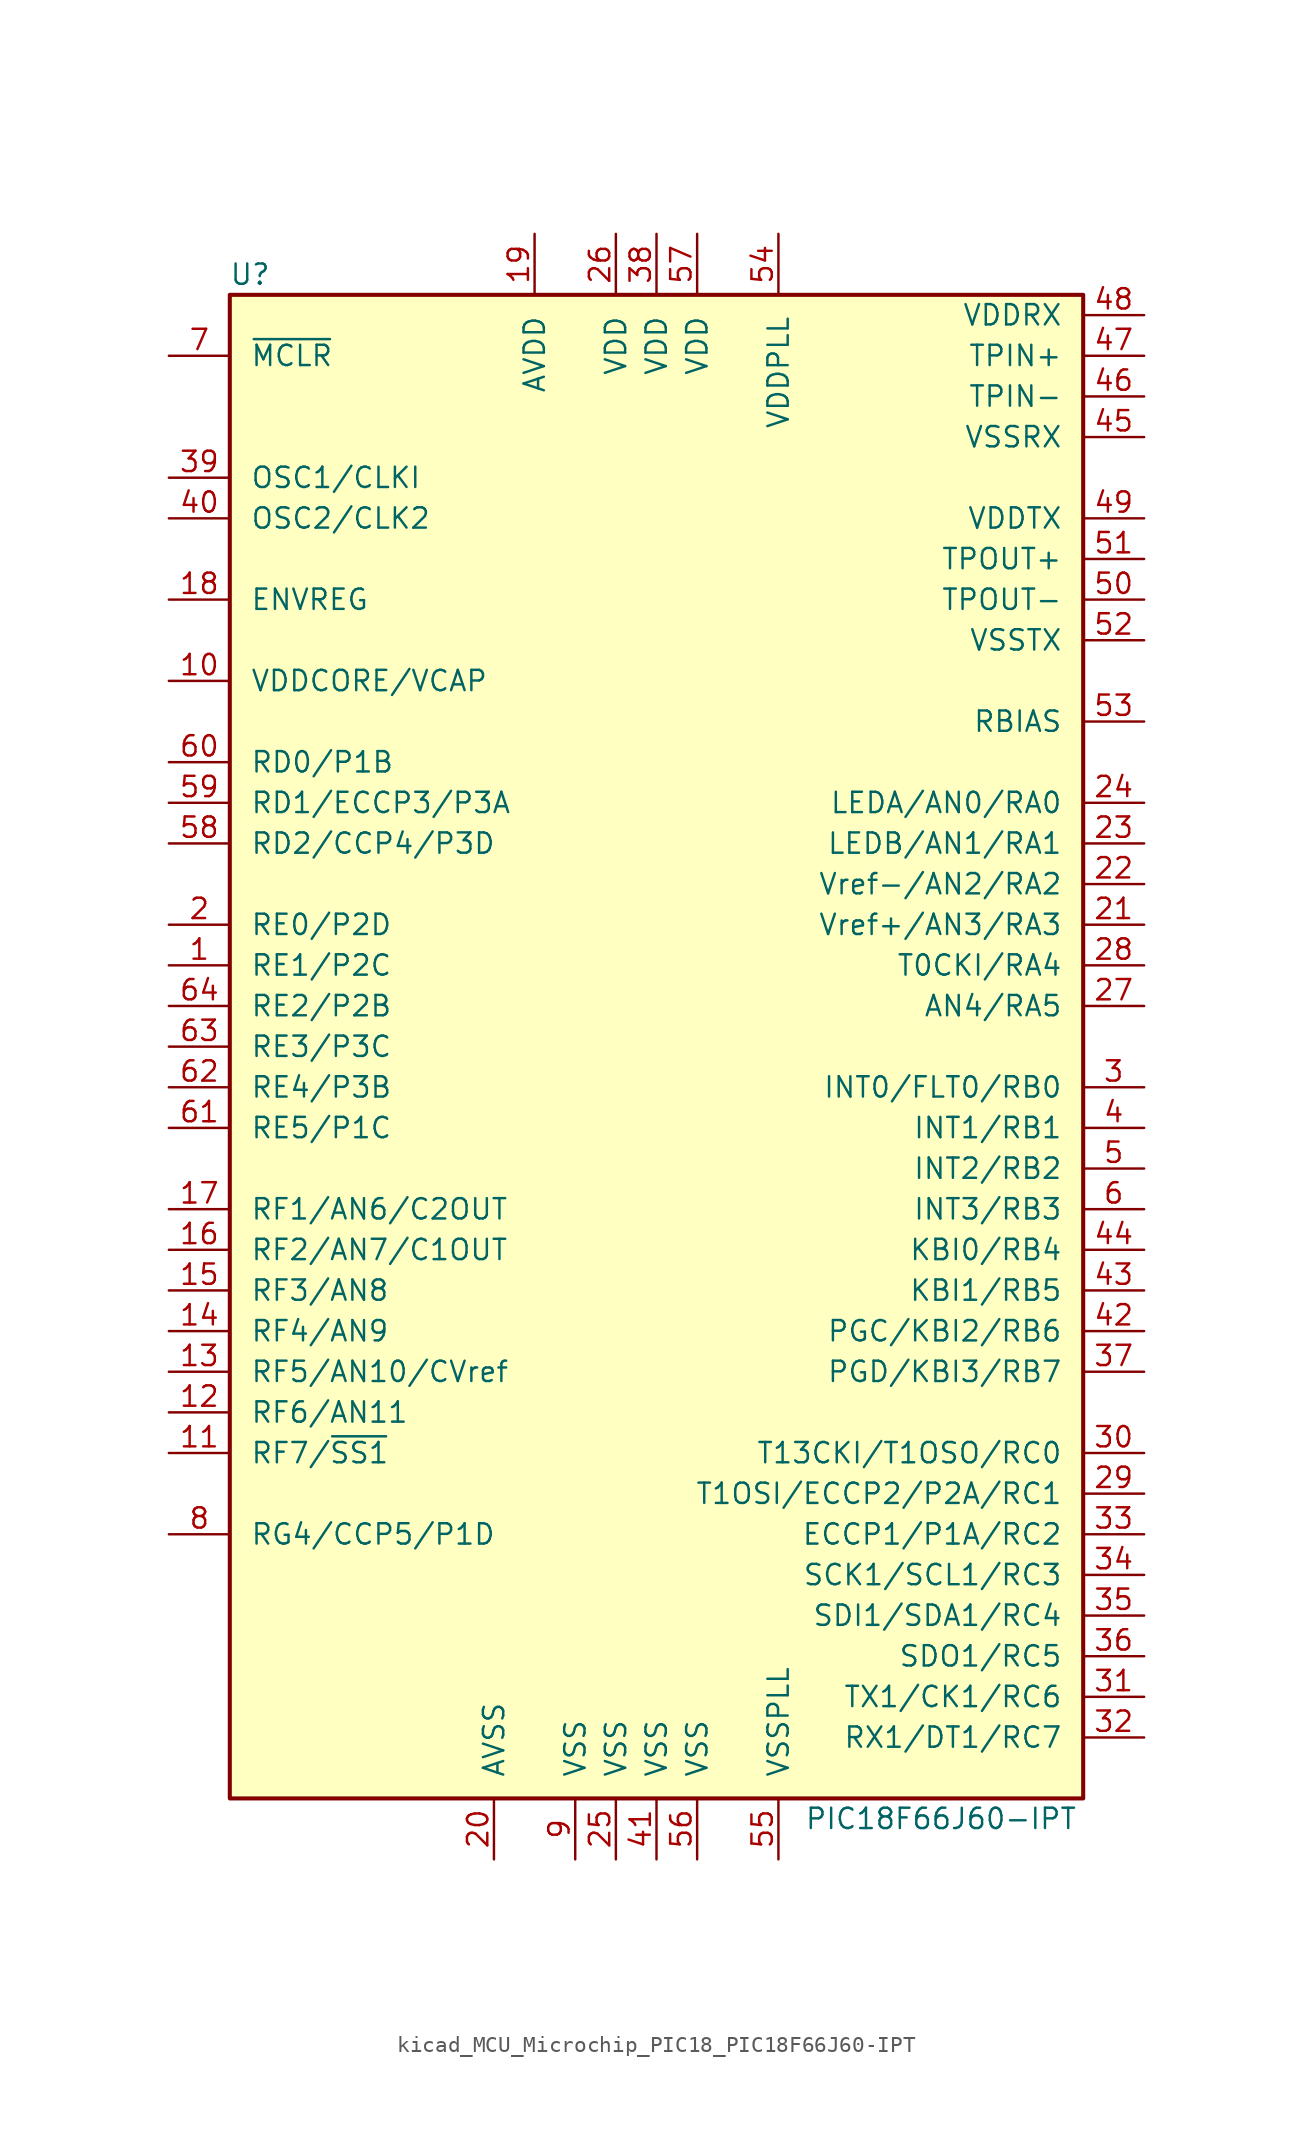
<source format=kicad_sym>
(kicad_symbol_lib
  (version 20220914)
  (generator kicad_symbol_editor)
  (symbol "kicad_MCU_Microchip_PIC18_PIC18F66J60-IPT"
    (pin_names
      (offset 1.27))
    (property "Reference" "U"
      (at -25.4 48.26 0)
      (effects (font (size 1.27 1.27))))
    (property "Value" "PIC18F66J60-IPT"
      (at 17.78 -48.26 0)
      (effects (font (size 1.27 1.27))))
    (symbol "kicad_MCU_Microchip_PIC18_PIC18F66J60-IPT_0_1"
      (rectangle (start -26.67 46.99) (end 26.67 -46.99) (stroke (width 0.254) (type default)) (fill (type background))))
    (symbol "kicad_MCU_Microchip_PIC18_PIC18F66J60-IPT_1_1"
      (pin bidirectional line (at -30.48 5.08 0) (length 3.81) (name "RE1/P2C" (effects (font (size 1.27 1.27)))) (number "1" (effects (font (size 1.27 1.27)))))
      (pin passive line (at -30.48 22.86 0) (length 3.81) (name "VDDCORE/VCAP" (effects (font (size 1.27 1.27)))) (number "10" (effects (font (size 1.27 1.27)))))
      (pin bidirectional line (at -30.48 -25.4 0) (length 3.81) (name "RF7/~{SS1}" (effects (font (size 1.27 1.27)))) (number "11" (effects (font (size 1.27 1.27)))))
      (pin bidirectional line (at -30.48 -22.86 0) (length 3.81) (name "RF6/AN11" (effects (font (size 1.27 1.27)))) (number "12" (effects (font (size 1.27 1.27)))))
      (pin bidirectional line (at -30.48 -20.32 0) (length 3.81) (name "RF5/AN10/CVref" (effects (font (size 1.27 1.27)))) (number "13" (effects (font (size 1.27 1.27)))))
      (pin bidirectional line (at -30.48 -17.78 0) (length 3.81) (name "RF4/AN9" (effects (font (size 1.27 1.27)))) (number "14" (effects (font (size 1.27 1.27)))))
      (pin bidirectional line (at -30.48 -15.24 0) (length 3.81) (name "RF3/AN8" (effects (font (size 1.27 1.27)))) (number "15" (effects (font (size 1.27 1.27)))))
      (pin bidirectional line (at -30.48 -12.7 0) (length 3.81) (name "RF2/AN7/C1OUT" (effects (font (size 1.27 1.27)))) (number "16" (effects (font (size 1.27 1.27)))))
      (pin bidirectional line (at -30.48 -10.16 0) (length 3.81) (name "RF1/AN6/C2OUT" (effects (font (size 1.27 1.27)))) (number "17" (effects (font (size 1.27 1.27)))))
      (pin passive line (at -30.48 27.94 0) (length 3.81) (name "ENVREG" (effects (font (size 1.27 1.27)))) (number "18" (effects (font (size 1.27 1.27)))))
      (pin power_in line (at -7.62 50.8 270) (length 3.81) (name "AVDD" (effects (font (size 1.27 1.27)))) (number "19" (effects (font (size 1.27 1.27)))))
      (pin bidirectional line (at -30.48 7.62 0) (length 3.81) (name "RE0/P2D" (effects (font (size 1.27 1.27)))) (number "2" (effects (font (size 1.27 1.27)))))
      (pin power_in line (at -10.16 -50.8 90) (length 3.81) (name "AVSS" (effects (font (size 1.27 1.27)))) (number "20" (effects (font (size 1.27 1.27)))))
      (pin bidirectional line (at 30.48 7.62 180) (length 3.81) (name "Vref+/AN3/RA3" (effects (font (size 1.27 1.27)))) (number "21" (effects (font (size 1.27 1.27)))))
      (pin bidirectional line (at 30.48 10.16 180) (length 3.81) (name "Vref-/AN2/RA2" (effects (font (size 1.27 1.27)))) (number "22" (effects (font (size 1.27 1.27)))))
      (pin bidirectional line (at 30.48 12.7 180) (length 3.81) (name "LEDB/AN1/RA1" (effects (font (size 1.27 1.27)))) (number "23" (effects (font (size 1.27 1.27)))))
      (pin bidirectional line (at 30.48 15.24 180) (length 3.81) (name "LEDA/AN0/RA0" (effects (font (size 1.27 1.27)))) (number "24" (effects (font (size 1.27 1.27)))))
      (pin power_in line (at -2.54 -50.8 90) (length 3.81) (name "VSS" (effects (font (size 1.27 1.27)))) (number "25" (effects (font (size 1.27 1.27)))))
      (pin power_in line (at -2.54 50.8 270) (length 3.81) (name "VDD" (effects (font (size 1.27 1.27)))) (number "26" (effects (font (size 1.27 1.27)))))
      (pin bidirectional line (at 30.48 2.54 180) (length 3.81) (name "AN4/RA5" (effects (font (size 1.27 1.27)))) (number "27" (effects (font (size 1.27 1.27)))))
      (pin bidirectional line (at 30.48 5.08 180) (length 3.81) (name "T0CKI/RA4" (effects (font (size 1.27 1.27)))) (number "28" (effects (font (size 1.27 1.27)))))
      (pin bidirectional line (at 30.48 -27.94 180) (length 3.81) (name "T1OSI/ECCP2/P2A/RC1" (effects (font (size 1.27 1.27)))) (number "29" (effects (font (size 1.27 1.27)))))
      (pin bidirectional line (at 30.48 -2.54 180) (length 3.81) (name "INT0/FLT0/RB0" (effects (font (size 1.27 1.27)))) (number "3" (effects (font (size 1.27 1.27)))))
      (pin bidirectional line (at 30.48 -25.4 180) (length 3.81) (name "T13CKI/T1OSO/RC0" (effects (font (size 1.27 1.27)))) (number "30" (effects (font (size 1.27 1.27)))))
      (pin bidirectional line (at 30.48 -40.64 180) (length 3.81) (name "TX1/CK1/RC6" (effects (font (size 1.27 1.27)))) (number "31" (effects (font (size 1.27 1.27)))))
      (pin bidirectional line (at 30.48 -43.18 180) (length 3.81) (name "RX1/DT1/RC7" (effects (font (size 1.27 1.27)))) (number "32" (effects (font (size 1.27 1.27)))))
      (pin bidirectional line (at 30.48 -30.48 180) (length 3.81) (name "ECCP1/P1A/RC2" (effects (font (size 1.27 1.27)))) (number "33" (effects (font (size 1.27 1.27)))))
      (pin bidirectional line (at 30.48 -33.02 180) (length 3.81) (name "SCK1/SCL1/RC3" (effects (font (size 1.27 1.27)))) (number "34" (effects (font (size 1.27 1.27)))))
      (pin bidirectional line (at 30.48 -35.56 180) (length 3.81) (name "SDI1/SDA1/RC4" (effects (font (size 1.27 1.27)))) (number "35" (effects (font (size 1.27 1.27)))))
      (pin bidirectional line (at 30.48 -38.1 180) (length 3.81) (name "SDO1/RC5" (effects (font (size 1.27 1.27)))) (number "36" (effects (font (size 1.27 1.27)))))
      (pin bidirectional line (at 30.48 -20.32 180) (length 3.81) (name "PGD/KBI3/RB7" (effects (font (size 1.27 1.27)))) (number "37" (effects (font (size 1.27 1.27)))))
      (pin power_in line (at 0 50.8 270) (length 3.81) (name "VDD" (effects (font (size 1.27 1.27)))) (number "38" (effects (font (size 1.27 1.27)))))
      (pin input line (at -30.48 35.56 0) (length 3.81) (name "OSC1/CLKI" (effects (font (size 1.27 1.27)))) (number "39" (effects (font (size 1.27 1.27)))))
      (pin bidirectional line (at 30.48 -5.08 180) (length 3.81) (name "INT1/RB1" (effects (font (size 1.27 1.27)))) (number "4" (effects (font (size 1.27 1.27)))))
      (pin output line (at -30.48 33.02 0) (length 3.81) (name "OSC2/CLK2" (effects (font (size 1.27 1.27)))) (number "40" (effects (font (size 1.27 1.27)))))
      (pin power_in line (at 0 -50.8 90) (length 3.81) (name "VSS" (effects (font (size 1.27 1.27)))) (number "41" (effects (font (size 1.27 1.27)))))
      (pin bidirectional line (at 30.48 -17.78 180) (length 3.81) (name "PGC/KBI2/RB6" (effects (font (size 1.27 1.27)))) (number "42" (effects (font (size 1.27 1.27)))))
      (pin bidirectional line (at 30.48 -15.24 180) (length 3.81) (name "KBI1/RB5" (effects (font (size 1.27 1.27)))) (number "43" (effects (font (size 1.27 1.27)))))
      (pin bidirectional line (at 30.48 -12.7 180) (length 3.81) (name "KBI0/RB4" (effects (font (size 1.27 1.27)))) (number "44" (effects (font (size 1.27 1.27)))))
      (pin power_in line (at 30.48 38.1 180) (length 3.81) (name "VSSRX" (effects (font (size 1.27 1.27)))) (number "45" (effects (font (size 1.27 1.27)))))
      (pin passive line (at 30.48 40.64 180) (length 3.81) (name "TPIN-" (effects (font (size 1.27 1.27)))) (number "46" (effects (font (size 1.27 1.27)))))
      (pin passive line (at 30.48 43.18 180) (length 3.81) (name "TPIN+" (effects (font (size 1.27 1.27)))) (number "47" (effects (font (size 1.27 1.27)))))
      (pin power_in line (at 30.48 45.72 180) (length 3.81) (name "VDDRX" (effects (font (size 1.27 1.27)))) (number "48" (effects (font (size 1.27 1.27)))))
      (pin power_in line (at 30.48 33.02 180) (length 3.81) (name "VDDTX" (effects (font (size 1.27 1.27)))) (number "49" (effects (font (size 1.27 1.27)))))
      (pin bidirectional line (at 30.48 -7.62 180) (length 3.81) (name "INT2/RB2" (effects (font (size 1.27 1.27)))) (number "5" (effects (font (size 1.27 1.27)))))
      (pin passive line (at 30.48 27.94 180) (length 3.81) (name "TPOUT-" (effects (font (size 1.27 1.27)))) (number "50" (effects (font (size 1.27 1.27)))))
      (pin passive line (at 30.48 30.48 180) (length 3.81) (name "TPOUT+" (effects (font (size 1.27 1.27)))) (number "51" (effects (font (size 1.27 1.27)))))
      (pin power_in line (at 30.48 25.4 180) (length 3.81) (name "VSSTX" (effects (font (size 1.27 1.27)))) (number "52" (effects (font (size 1.27 1.27)))))
      (pin passive line (at 30.48 20.32 180) (length 3.81) (name "RBIAS" (effects (font (size 1.27 1.27)))) (number "53" (effects (font (size 1.27 1.27)))))
      (pin power_in line (at 7.62 50.8 270) (length 3.81) (name "VDDPLL" (effects (font (size 1.27 1.27)))) (number "54" (effects (font (size 1.27 1.27)))))
      (pin power_in line (at 7.62 -50.8 90) (length 3.81) (name "VSSPLL" (effects (font (size 1.27 1.27)))) (number "55" (effects (font (size 1.27 1.27)))))
      (pin power_in line (at 2.54 -50.8 90) (length 3.81) (name "VSS" (effects (font (size 1.27 1.27)))) (number "56" (effects (font (size 1.27 1.27)))))
      (pin power_in line (at 2.54 50.8 270) (length 3.81) (name "VDD" (effects (font (size 1.27 1.27)))) (number "57" (effects (font (size 1.27 1.27)))))
      (pin bidirectional line (at -30.48 12.7 0) (length 3.81) (name "RD2/CCP4/P3D" (effects (font (size 1.27 1.27)))) (number "58" (effects (font (size 1.27 1.27)))))
      (pin bidirectional line (at -30.48 15.24 0) (length 3.81) (name "RD1/ECCP3/P3A" (effects (font (size 1.27 1.27)))) (number "59" (effects (font (size 1.27 1.27)))))
      (pin bidirectional line (at 30.48 -10.16 180) (length 3.81) (name "INT3/RB3" (effects (font (size 1.27 1.27)))) (number "6" (effects (font (size 1.27 1.27)))))
      (pin bidirectional line (at -30.48 17.78 0) (length 3.81) (name "RD0/P1B" (effects (font (size 1.27 1.27)))) (number "60" (effects (font (size 1.27 1.27)))))
      (pin bidirectional line (at -30.48 -5.08 0) (length 3.81) (name "RE5/P1C" (effects (font (size 1.27 1.27)))) (number "61" (effects (font (size 1.27 1.27)))))
      (pin bidirectional line (at -30.48 -2.54 0) (length 3.81) (name "RE4/P3B" (effects (font (size 1.27 1.27)))) (number "62" (effects (font (size 1.27 1.27)))))
      (pin bidirectional line (at -30.48 0 0) (length 3.81) (name "RE3/P3C" (effects (font (size 1.27 1.27)))) (number "63" (effects (font (size 1.27 1.27)))))
      (pin bidirectional line (at -30.48 2.54 0) (length 3.81) (name "RE2/P2B" (effects (font (size 1.27 1.27)))) (number "64" (effects (font (size 1.27 1.27)))))
      (pin input line (at -30.48 43.18 0) (length 3.81) (name "~{MCLR}" (effects (font (size 1.27 1.27)))) (number "7" (effects (font (size 1.27 1.27)))))
      (pin bidirectional line (at -30.48 -30.48 0) (length 3.81) (name "RG4/CCP5/P1D" (effects (font (size 1.27 1.27)))) (number "8" (effects (font (size 1.27 1.27)))))
      (pin power_in line (at -5.08 -50.8 90) (length 3.81) (name "VSS" (effects (font (size 1.27 1.27)))) (number "9" (effects (font (size 1.27 1.27))))))))
</source>
